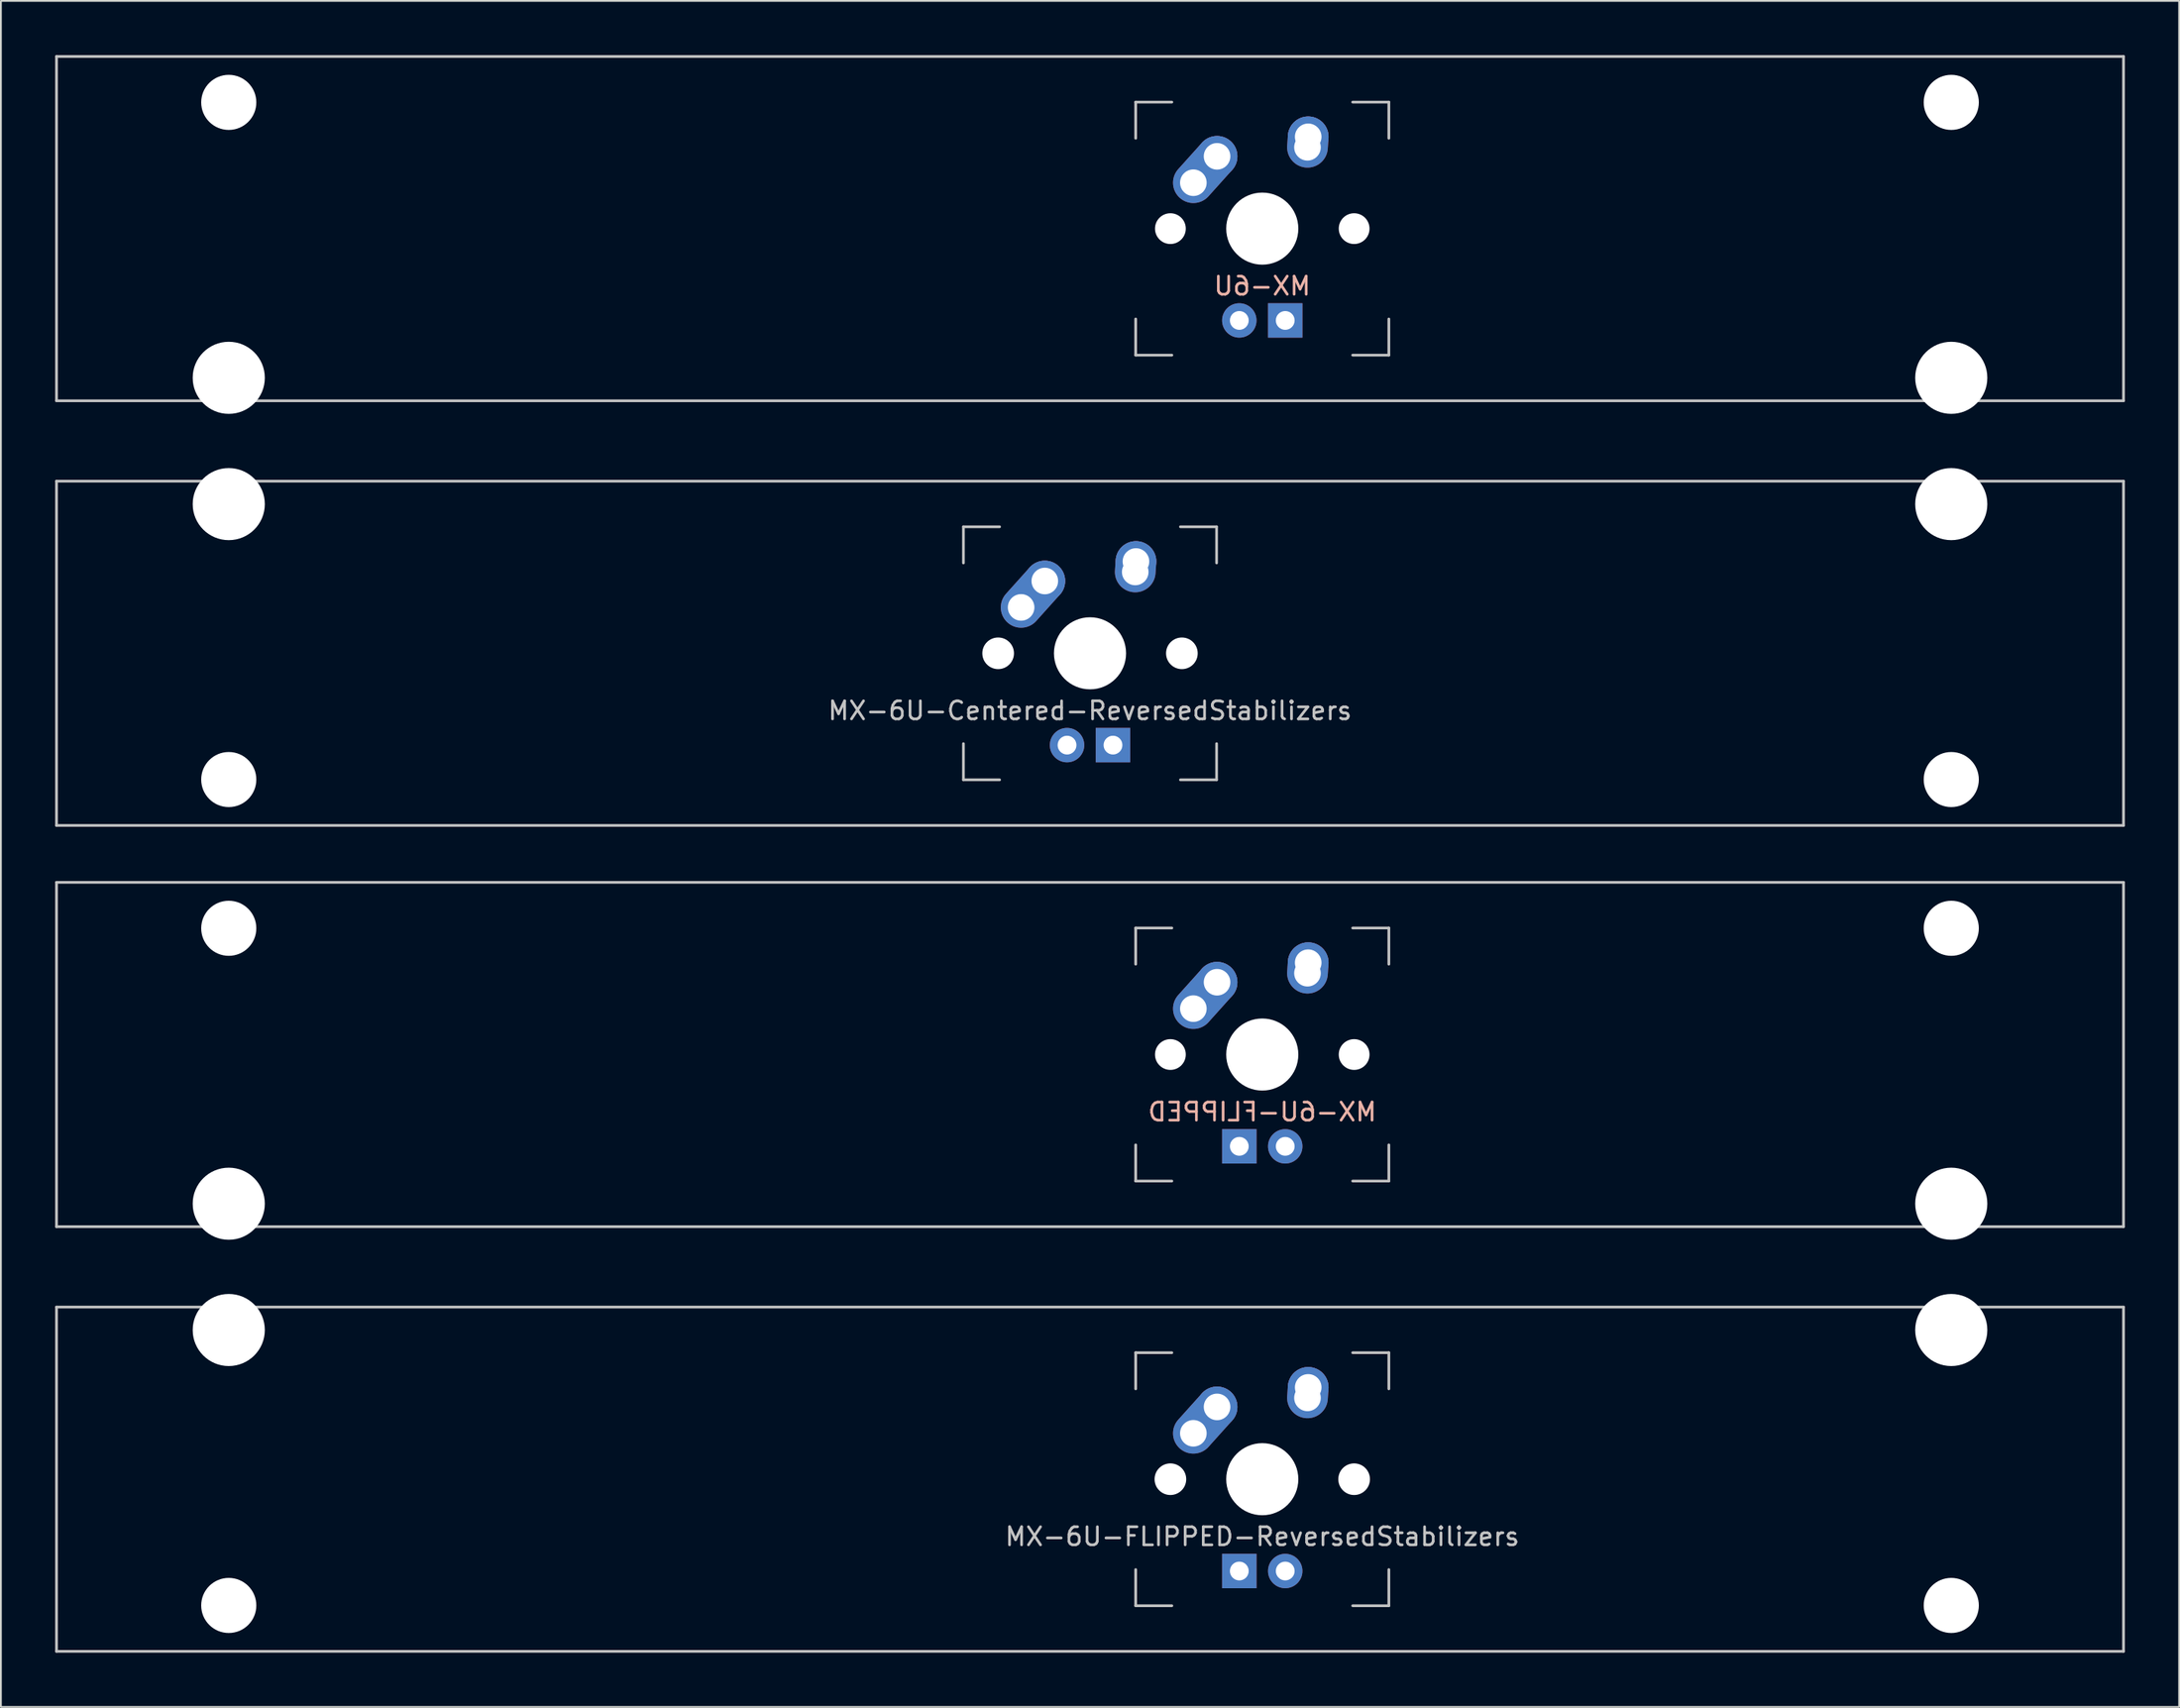
<source format=kicad_pcb>
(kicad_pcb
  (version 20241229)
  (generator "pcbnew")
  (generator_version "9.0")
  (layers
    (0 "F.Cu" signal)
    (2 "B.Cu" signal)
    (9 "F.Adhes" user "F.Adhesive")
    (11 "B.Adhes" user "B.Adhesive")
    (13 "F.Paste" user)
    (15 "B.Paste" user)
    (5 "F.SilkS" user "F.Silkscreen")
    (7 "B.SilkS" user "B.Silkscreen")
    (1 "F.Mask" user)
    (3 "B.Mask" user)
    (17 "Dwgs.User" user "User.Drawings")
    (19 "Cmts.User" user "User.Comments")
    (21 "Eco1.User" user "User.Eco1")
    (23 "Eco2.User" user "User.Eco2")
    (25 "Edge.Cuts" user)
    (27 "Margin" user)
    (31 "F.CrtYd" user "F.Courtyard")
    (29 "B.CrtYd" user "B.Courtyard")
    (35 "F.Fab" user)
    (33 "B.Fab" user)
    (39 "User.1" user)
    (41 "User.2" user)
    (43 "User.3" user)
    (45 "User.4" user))
  (footprint "MX-6U-FLIPPED"
    (layer "F.Cu")
    (at 57.225 55.298)
    (property "Reference" "MX-6U-FLIPPED" (at 9.525 3.175 0) (layer "B.SilkS") (effects (font (size 1 1) (thickness 0.15)) (justify mirror)))
    (attr through_hole)
    (fp_line (start -57.15 -9.525) (end 57.15 -9.525) (stroke (width 0.15) (type solid)) (layer "Dwgs.User"))
    (fp_line (start -57.15 9.525) (end -57.15 -9.525) (stroke (width 0.15) (type solid)) (layer "Dwgs.User"))
    (fp_line (start -57.15 9.525) (end 57.15 9.525) (stroke (width 0.15) (type solid)) (layer "Dwgs.User"))
    (fp_line (start 2.525 -7) (end 2.525 -5) (stroke (width 0.15) (type solid)) (layer "Dwgs.User"))
    (fp_line (start 2.525 5) (end 2.525 7) (stroke (width 0.15) (type solid)) (layer "Dwgs.User"))
    (fp_line (start 2.525 7) (end 4.525 7) (stroke (width 0.15) (type solid)) (layer "Dwgs.User"))
    (fp_line (start 4.525 -7) (end 2.525 -7) (stroke (width 0.15) (type solid)) (layer "Dwgs.User"))
    (fp_line (start 14.525 -7) (end 16.525 -7) (stroke (width 0.15) (type solid)) (layer "Dwgs.User"))
    (fp_line (start 14.525 7) (end 16.525 7) (stroke (width 0.15) (type solid)) (layer "Dwgs.User"))
    (fp_line (start 16.525 -7) (end 16.525 -5) (stroke (width 0.15) (type solid)) (layer "Dwgs.User"))
    (fp_line (start 16.525 7) (end 16.525 5) (stroke (width 0.15) (type solid)) (layer "Dwgs.User"))
    (fp_line (start 57.15 -9.525) (end 57.15 9.525) (stroke (width 0.15) (type solid)) (layer "Dwgs.User"))
    (pad "" np_thru_hole circle (at -47.625 -6.985) (size 3.048 3.048) (drill 3.048) (layers "*.Cu" "*.Mask"))
    (pad "" np_thru_hole circle (at -47.625 8.255) (size 3.988 3.988) (drill 3.988) (layers "*.Cu" "*.Mask"))
    (pad "" np_thru_hole circle (at 4.445 0 48.1) (size 1.702 1.702) (drill 1.702) (layers "*.Cu" "*.Mask"))
    (pad "" np_thru_hole circle (at 9.525 0) (size 3.988 3.988) (drill 3.988) (layers "*.Cu" "*.Mask"))
    (pad "" np_thru_hole circle (at 14.605 0 48.1) (size 1.702 1.702) (drill 1.702) (layers "*.Cu" "*.Mask"))
    (pad "" np_thru_hole circle (at 47.625 -6.985) (size 3.048 3.048) (drill 3.048) (layers "*.Cu" "*.Mask"))
    (pad "" np_thru_hole circle (at 47.625 8.255) (size 3.988 3.988) (drill 3.988) (layers "*.Cu" "*.Mask"))
    (pad "1" thru_hole oval (at 5.715 -2.54 48.1) (size 4.212 2.25) (drill 1.47 (offset 0.981 0)) (layers "*.Cu" "*.Mask"))
    (pad "1" thru_hole circle (at 7.025 -4) (size 2.25 2.25) (drill 1.47) (layers "*.Cu" "*.Mask"))
    (pad "2" thru_hole oval (at 12.025 -4.5 86.055) (size 2.831 2.25) (drill 1.47 (offset 0.291 0)) (layers "*.Cu" "*.Mask"))
    (pad "2" thru_hole circle (at 12.065 -5.08) (size 2.25 2.25) (drill 1.47) (layers "*.Cu" "*.Mask"))
    (pad "3" thru_hole circle (at 10.795 5.08) (size 1.905 1.905) (drill 1.04) (layers "*.Cu" "*.Mask"))
    (pad "4" thru_hole rect (at 8.255 5.08) (size 1.905 1.905) (drill 1.04) (layers "*.Cu" "*.Mask")))
  (footprint "MX-6U"
    (layer "F.Cu")
    (at 57.225 9.6)
    (property "Reference" "MX-6U" (at 9.525 3.175 0) (layer "B.SilkS") (effects (font (size 1 1) (thickness 0.15)) (justify mirror)))
    (attr through_hole)
    (fp_line (start -57.15 -9.525) (end 57.15 -9.525) (stroke (width 0.15) (type solid)) (layer "Dwgs.User"))
    (fp_line (start -57.15 9.525) (end -57.15 -9.525) (stroke (width 0.15) (type solid)) (layer "Dwgs.User"))
    (fp_line (start -57.15 9.525) (end 57.15 9.525) (stroke (width 0.15) (type solid)) (layer "Dwgs.User"))
    (fp_line (start 2.525 -7) (end 2.525 -5) (stroke (width 0.15) (type solid)) (layer "Dwgs.User"))
    (fp_line (start 2.525 5) (end 2.525 7) (stroke (width 0.15) (type solid)) (layer "Dwgs.User"))
    (fp_line (start 2.525 7) (end 4.525 7) (stroke (width 0.15) (type solid)) (layer "Dwgs.User"))
    (fp_line (start 4.525 -7) (end 2.525 -7) (stroke (width 0.15) (type solid)) (layer "Dwgs.User"))
    (fp_line (start 14.525 -7) (end 16.525 -7) (stroke (width 0.15) (type solid)) (layer "Dwgs.User"))
    (fp_line (start 14.525 7) (end 16.525 7) (stroke (width 0.15) (type solid)) (layer "Dwgs.User"))
    (fp_line (start 16.525 -7) (end 16.525 -5) (stroke (width 0.15) (type solid)) (layer "Dwgs.User"))
    (fp_line (start 16.525 7) (end 16.525 5) (stroke (width 0.15) (type solid)) (layer "Dwgs.User"))
    (fp_line (start 57.15 -9.525) (end 57.15 9.525) (stroke (width 0.15) (type solid)) (layer "Dwgs.User"))
    (pad "" np_thru_hole circle (at -47.625 -6.985) (size 3.048 3.048) (drill 3.048) (layers "*.Cu" "*.Mask"))
    (pad "" np_thru_hole circle (at -47.625 8.255) (size 3.988 3.988) (drill 3.988) (layers "*.Cu" "*.Mask"))
    (pad "" np_thru_hole circle (at 4.445 0 48.1) (size 1.702 1.702) (drill 1.702) (layers "*.Cu" "*.Mask"))
    (pad "" np_thru_hole circle (at 9.525 0) (size 3.988 3.988) (drill 3.988) (layers "*.Cu" "*.Mask"))
    (pad "" np_thru_hole circle (at 14.605 0 48.1) (size 1.702 1.702) (drill 1.702) (layers "*.Cu" "*.Mask"))
    (pad "" np_thru_hole circle (at 47.625 -6.985) (size 3.048 3.048) (drill 3.048) (layers "*.Cu" "*.Mask"))
    (pad "" np_thru_hole circle (at 47.625 8.255) (size 3.988 3.988) (drill 3.988) (layers "*.Cu" "*.Mask"))
    (pad "1" thru_hole oval (at 5.715 -2.54 48.1) (size 4.212 2.25) (drill 1.47 (offset 0.981 0)) (layers "*.Cu" "*.Mask"))
    (pad "1" thru_hole circle (at 7.025 -4) (size 2.25 2.25) (drill 1.47) (layers "*.Cu" "*.Mask"))
    (pad "2" thru_hole oval (at 12.025 -4.5 86.055) (size 2.831 2.25) (drill 1.47 (offset 0.291 0)) (layers "*.Cu" "*.Mask"))
    (pad "2" thru_hole circle (at 12.065 -5.08) (size 2.25 2.25) (drill 1.47) (layers "*.Cu" "*.Mask"))
    (pad "3" thru_hole circle (at 8.255 5.08) (size 1.905 1.905) (drill 1.04) (layers "*.Cu" "*.Mask"))
    (pad "4" thru_hole rect (at 10.795 5.08) (size 1.905 1.905) (drill 1.04) (layers "*.Cu" "*.Mask")))
  (footprint "MX-6U-Centered-ReversedStabilizers"
    (layer "F.Cu")
    (at 57.225 33.098)
    (property "Reference" "MX-6U-Centered-ReversedStabilizers" (at 0 3.175 0) (layer "Dwgs.User") (effects (font (size 1 1) (thickness 0.15))))
    (attr through_hole)
    (fp_line (start -57.15 -9.525) (end 57.15 -9.525) (stroke (width 0.15) (type solid)) (layer "Dwgs.User"))
    (fp_line (start -57.15 9.525) (end -57.15 -9.525) (stroke (width 0.15) (type solid)) (layer "Dwgs.User"))
    (fp_line (start -57.15 9.525) (end 57.15 9.525) (stroke (width 0.15) (type solid)) (layer "Dwgs.User"))
    (fp_line (start -7 -7) (end -7 -5) (stroke (width 0.15) (type solid)) (layer "Dwgs.User"))
    (fp_line (start -7 5) (end -7 7) (stroke (width 0.15) (type solid)) (layer "Dwgs.User"))
    (fp_line (start -7 7) (end -5 7) (stroke (width 0.15) (type solid)) (layer "Dwgs.User"))
    (fp_line (start -5 -7) (end -7 -7) (stroke (width 0.15) (type solid)) (layer "Dwgs.User"))
    (fp_line (start 5 -7) (end 7 -7) (stroke (width 0.15) (type solid)) (layer "Dwgs.User"))
    (fp_line (start 5 7) (end 7 7) (stroke (width 0.15) (type solid)) (layer "Dwgs.User"))
    (fp_line (start 7 -7) (end 7 -5) (stroke (width 0.15) (type solid)) (layer "Dwgs.User"))
    (fp_line (start 7 7) (end 7 5) (stroke (width 0.15) (type solid)) (layer "Dwgs.User"))
    (fp_line (start 57.15 -9.525) (end 57.15 9.525) (stroke (width 0.15) (type solid)) (layer "Dwgs.User"))
    (pad "" np_thru_hole circle (at -47.625 -8.255) (size 3.988 3.988) (drill 3.988) (layers "*.Cu" "*.Mask"))
    (pad "" np_thru_hole circle (at -47.625 6.985) (size 3.048 3.048) (drill 3.048) (layers "*.Cu" "*.Mask"))
    (pad "" np_thru_hole circle (at -5.08 0 48.1) (size 1.75 1.75) (drill 1.75) (layers "*.Cu" "*.Mask"))
    (pad "" np_thru_hole circle (at 0 0) (size 3.988 3.988) (drill 3.988) (layers "*.Cu" "*.Mask"))
    (pad "" np_thru_hole circle (at 5.08 0 48.1) (size 1.75 1.75) (drill 1.75) (layers "*.Cu" "*.Mask"))
    (pad "" np_thru_hole circle (at 47.625 -8.255) (size 3.988 3.988) (drill 3.988) (layers "*.Cu" "*.Mask"))
    (pad "" np_thru_hole circle (at 47.625 6.985) (size 3.048 3.048) (drill 3.048) (layers "*.Cu" "*.Mask"))
    (pad "1" thru_hole oval (at -3.81 -2.54 48.1) (size 4.212 2.25) (drill 1.47 (offset 0.981 0)) (layers "*.Cu" "B.Mask"))
    (pad "1" thru_hole circle (at -2.5 -4) (size 2.25 2.25) (drill 1.47) (layers "*.Cu" "B.Mask"))
    (pad "2" thru_hole oval (at 2.5 -4.5 86.055) (size 2.831 2.25) (drill 1.47 (offset 0.291 0)) (layers "*.Cu" "B.Mask"))
    (pad "2" thru_hole circle (at 2.54 -5.08) (size 2.25 2.25) (drill 1.47) (layers "*.Cu" "B.Mask"))
    (pad "3" thru_hole circle (at -1.27 5.08) (size 1.905 1.905) (drill 1.04) (layers "*.Cu" "B.Mask"))
    (pad "4" thru_hole rect (at 1.27 5.08) (size 1.905 1.905) (drill 1.04) (layers "*.Cu" "B.Mask")))
  (footprint "MX-6U-FLIPPED-ReversedStabilizers"
    (layer "F.Cu")
    (at 57.225 78.796)
    (property "Reference" "MX-6U-FLIPPED-ReversedStabilizers" (at 9.525 3.175 0) (layer "Dwgs.User") (effects (font (size 1 1) (thickness 0.15))))
    (attr through_hole)
    (fp_line (start -57.15 -9.525) (end 57.15 -9.525) (stroke (width 0.15) (type solid)) (layer "Dwgs.User"))
    (fp_line (start -57.15 9.525) (end -57.15 -9.525) (stroke (width 0.15) (type solid)) (layer "Dwgs.User"))
    (fp_line (start -57.15 9.525) (end 57.15 9.525) (stroke (width 0.15) (type solid)) (layer "Dwgs.User"))
    (fp_line (start 2.525 -7) (end 2.525 -5) (stroke (width 0.15) (type solid)) (layer "Dwgs.User"))
    (fp_line (start 2.525 5) (end 2.525 7) (stroke (width 0.15) (type solid)) (layer "Dwgs.User"))
    (fp_line (start 2.525 7) (end 4.525 7) (stroke (width 0.15) (type solid)) (layer "Dwgs.User"))
    (fp_line (start 4.525 -7) (end 2.525 -7) (stroke (width 0.15) (type solid)) (layer "Dwgs.User"))
    (fp_line (start 14.525 -7) (end 16.525 -7) (stroke (width 0.15) (type solid)) (layer "Dwgs.User"))
    (fp_line (start 14.525 7) (end 16.525 7) (stroke (width 0.15) (type solid)) (layer "Dwgs.User"))
    (fp_line (start 16.525 -7) (end 16.525 -5) (stroke (width 0.15) (type solid)) (layer "Dwgs.User"))
    (fp_line (start 16.525 7) (end 16.525 5) (stroke (width 0.15) (type solid)) (layer "Dwgs.User"))
    (fp_line (start 57.15 -9.525) (end 57.15 9.525) (stroke (width 0.15) (type solid)) (layer "Dwgs.User"))
    (pad "" np_thru_hole circle (at -47.625 -8.255) (size 3.988 3.988) (drill 3.988) (layers "*.Cu" "*.Mask"))
    (pad "" np_thru_hole circle (at -47.625 6.985) (size 3.048 3.048) (drill 3.048) (layers "*.Cu" "*.Mask"))
    (pad "" np_thru_hole circle (at 4.445 0 48.1) (size 1.75 1.75) (drill 1.75) (layers "*.Cu" "*.Mask"))
    (pad "" np_thru_hole circle (at 9.525 0) (size 3.988 3.988) (drill 3.988) (layers "*.Cu" "*.Mask"))
    (pad "" np_thru_hole circle (at 14.605 0 48.1) (size 1.75 1.75) (drill 1.75) (layers "*.Cu" "*.Mask"))
    (pad "" np_thru_hole circle (at 47.625 -8.255) (size 3.988 3.988) (drill 3.988) (layers "*.Cu" "*.Mask"))
    (pad "" np_thru_hole circle (at 47.625 6.985) (size 3.048 3.048) (drill 3.048) (layers "*.Cu" "*.Mask"))
    (pad "1" thru_hole oval (at 5.715 -2.54 48.1) (size 4.212 2.25) (drill 1.47 (offset 0.981 0)) (layers "*.Cu" "B.Mask"))
    (pad "1" thru_hole circle (at 7.025 -4) (size 2.25 2.25) (drill 1.47) (layers "*.Cu" "B.Mask"))
    (pad "2" thru_hole oval (at 12.025 -4.5 86.055) (size 2.831 2.25) (drill 1.47 (offset 0.291 0)) (layers "*.Cu" "B.Mask"))
    (pad "2" thru_hole circle (at 12.065 -5.08) (size 2.25 2.25) (drill 1.47) (layers "*.Cu" "B.Mask"))
    (pad "3" thru_hole circle (at 10.795 5.08) (size 1.905 1.905) (drill 1.04) (layers "*.Cu" "B.Mask"))
    (pad "4" thru_hole rect (at 8.255 5.08) (size 1.905 1.905) (drill 1.04) (layers "*.Cu" "B.Mask")))
  (gr_rect
    (start -3 -3)
    (end 117.45 91.396)
    (stroke (width 0.1) (type default))
    (fill no)
    (layer "Edge.Cuts")))
</source>
